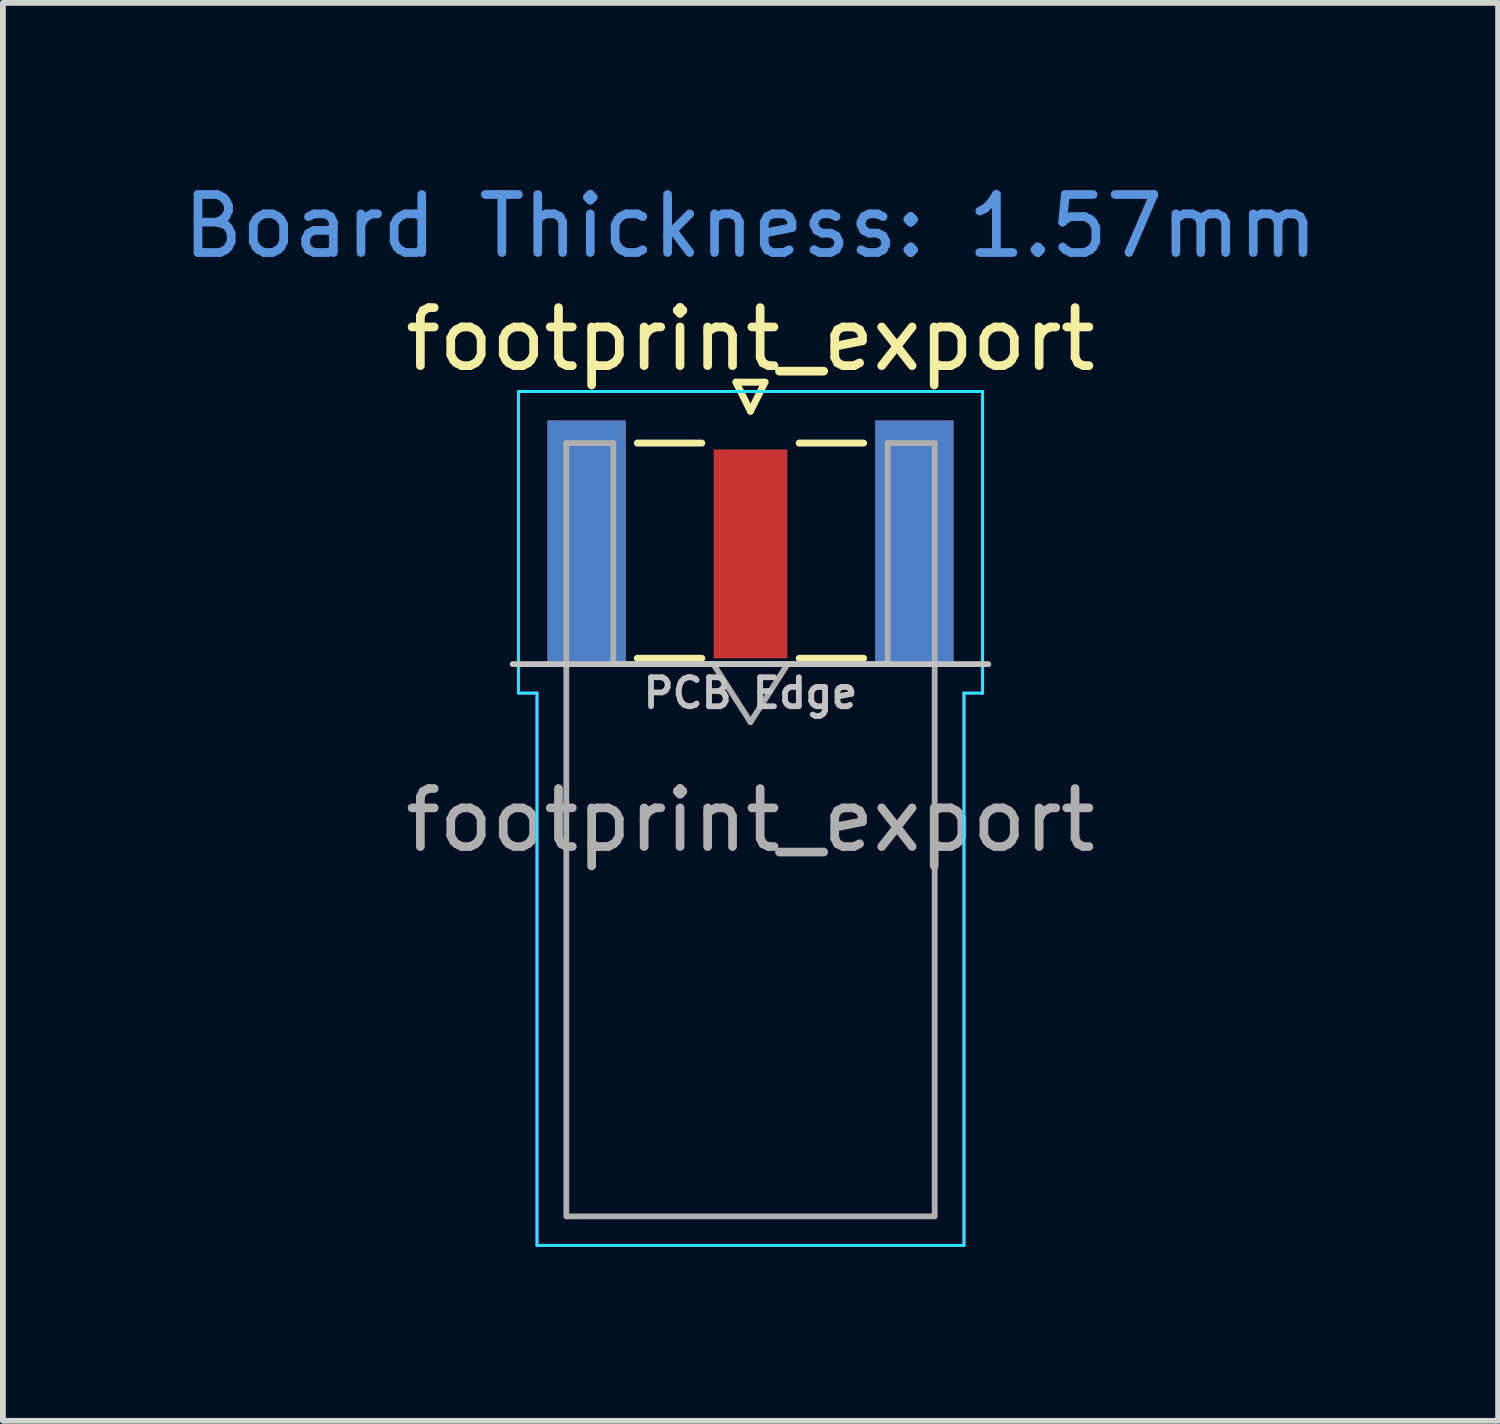
<source format=kicad_pcb>
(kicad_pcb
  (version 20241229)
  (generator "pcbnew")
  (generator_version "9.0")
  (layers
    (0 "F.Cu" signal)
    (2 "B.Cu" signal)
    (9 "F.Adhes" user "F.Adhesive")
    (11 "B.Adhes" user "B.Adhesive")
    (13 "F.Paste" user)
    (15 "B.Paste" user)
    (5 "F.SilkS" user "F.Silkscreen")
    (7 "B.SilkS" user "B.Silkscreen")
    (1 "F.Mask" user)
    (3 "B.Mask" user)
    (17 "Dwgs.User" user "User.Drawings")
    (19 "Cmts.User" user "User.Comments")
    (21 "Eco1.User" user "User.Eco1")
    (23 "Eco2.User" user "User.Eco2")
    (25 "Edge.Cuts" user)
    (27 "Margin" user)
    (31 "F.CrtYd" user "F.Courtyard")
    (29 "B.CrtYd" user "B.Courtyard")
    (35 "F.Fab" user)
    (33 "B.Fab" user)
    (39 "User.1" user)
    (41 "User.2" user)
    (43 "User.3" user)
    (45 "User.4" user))
  (footprint "footprint_export"
    (layer "F.Cu")
    (at 9.887 6.298)
    (property "Reference" "footprint_export" (at 0 -3.5 0) (layer "F.SilkS") (effects (font (size 1 1) (thickness 0.15))))
    (attr smd)
    (fp_line (start -1.95 -1.71) (end -0.84 -1.71) (stroke (width 0.12) (type solid)) (layer "F.SilkS"))
    (fp_line (start -1.95 2) (end -0.84 2) (stroke (width 0.12) (type solid)) (layer "F.SilkS"))
    (fp_line (start -0.25 -2.76) (end 0 -2.26) (stroke (width 0.12) (type solid)) (layer "F.SilkS"))
    (fp_line (start 0 -2.26) (end 0.25 -2.76) (stroke (width 0.12) (type solid)) (layer "F.SilkS"))
    (fp_line (start 0.25 -2.76) (end -0.25 -2.76) (stroke (width 0.12) (type solid)) (layer "F.SilkS"))
    (fp_line (start 0.84 -1.71) (end 1.95 -1.71) (stroke (width 0.12) (type solid)) (layer "F.SilkS"))
    (fp_line (start 0.84 2) (end 1.95 2) (stroke (width 0.12) (type solid)) (layer "F.SilkS"))
    (fp_line (start 4.1 2.1) (end -4.1 2.1) (stroke (width 0.1) (type solid)) (layer "Dwgs.User"))
    (fp_line (start -4 -2.6) (end 4 -2.6) (stroke (width 0.05) (type solid)) (layer "B.CrtYd"))
    (fp_line (start -4 2.6) (end -4 -2.6) (stroke (width 0.05) (type solid)) (layer "B.CrtYd"))
    (fp_line (start -3.68 2.6) (end -4 2.6) (stroke (width 0.05) (type solid)) (layer "B.CrtYd"))
    (fp_line (start -3.68 12.12) (end -3.68 2.6) (stroke (width 0.05) (type solid)) (layer "B.CrtYd"))
    (fp_line (start 3.68 2.6) (end 3.68 12.12) (stroke (width 0.05) (type solid)) (layer "B.CrtYd"))
    (fp_line (start 3.68 12.12) (end -3.68 12.12) (stroke (width 0.05) (type solid)) (layer "B.CrtYd"))
    (fp_line (start 4 2.6) (end 3.68 2.6) (stroke (width 0.05) (type solid)) (layer "B.CrtYd"))
    (fp_line (start 4 2.6) (end 4 -2.6) (stroke (width 0.05) (type solid)) (layer "B.CrtYd"))
    (fp_line (start -4 -2.6) (end 4 -2.6) (stroke (width 0.05) (type solid)) (layer "F.CrtYd"))
    (fp_line (start -4 2.6) (end -4 -2.6) (stroke (width 0.05) (type solid)) (layer "F.CrtYd"))
    (fp_line (start -3.68 2.6) (end -4 2.6) (stroke (width 0.05) (type solid)) (layer "F.CrtYd"))
    (fp_line (start -3.68 12.12) (end -3.68 2.6) (stroke (width 0.05) (type solid)) (layer "F.CrtYd"))
    (fp_line (start 3.68 2.6) (end 3.68 12.12) (stroke (width 0.05) (type solid)) (layer "F.CrtYd"))
    (fp_line (start 3.68 2.6) (end 4 2.6) (stroke (width 0.05) (type solid)) (layer "F.CrtYd"))
    (fp_line (start 3.68 12.12) (end -3.68 12.12) (stroke (width 0.05) (type solid)) (layer "F.CrtYd"))
    (fp_line (start 4 2.6) (end 4 -2.6) (stroke (width 0.05) (type solid)) (layer "F.CrtYd"))
    (fp_line (start -3.175 -1.71) (end -3.175 11.62) (stroke (width 0.1) (type solid)) (layer "F.Fab"))
    (fp_line (start -2.365 -1.71) (end -3.175 -1.71) (stroke (width 0.1) (type solid)) (layer "F.Fab"))
    (fp_line (start -2.365 2.1) (end -2.365 -1.71) (stroke (width 0.1) (type solid)) (layer "F.Fab"))
    (fp_line (start 0 3.1) (end -0.64 2.1) (stroke (width 0.1) (type solid)) (layer "F.Fab"))
    (fp_line (start 0.64 2.1) (end 0 3.1) (stroke (width 0.1) (type solid)) (layer "F.Fab"))
    (fp_line (start 2.365 -1.71) (end 2.365 2.1) (stroke (width 0.1) (type solid)) (layer "F.Fab"))
    (fp_line (start 2.365 2.1) (end -2.365 2.1) (stroke (width 0.1) (type solid)) (layer "F.Fab"))
    (fp_line (start 3.165 11.62) (end -3.165 11.62) (stroke (width 0.1) (type solid)) (layer "F.Fab"))
    (fp_line (start 3.175 -1.71) (end 2.365 -1.71) (stroke (width 0.1) (type solid)) (layer "F.Fab"))
    (fp_line (start 3.175 -1.71) (end 3.175 11.62) (stroke (width 0.1) (type solid)) (layer "F.Fab"))
    (fp_text user "PCB Edge" (at 0 2.6 0) (layer "Dwgs.User") (effects (font (size 0.5 0.5) (thickness 0.1))))
    (fp_text user "Board Thickness: 1.57mm" (at 0 -5.45 0) (layer "Cmts.User") (effects (font (size 1 1) (thickness 0.15))))
    (fp_text user "${REFERENCE}" (at 0 4.79 180) (layer "F.Fab") (effects (font (size 1 1) (thickness 0.15))))
    (pad "1" smd rect (at 0 0.2) (size 1.27 3.6) (layers "F.Cu" "F.Mask" "F.Paste"))
    (pad "2" smd rect (at -2.825 0) (size 1.35 4.2) (layers "F.Cu" "F.Mask" "F.Paste"))
    (pad "2" smd rect (at -2.825 0) (size 1.35 4.2) (layers "B.Cu" "B.Mask" "B.Paste"))
    (pad "2" smd rect (at 2.825 0) (size 1.35 4.2) (layers "F.Cu" "F.Mask" "F.Paste"))
    (pad "2" smd rect (at 2.825 0) (size 1.35 4.2) (layers "B.Cu" "B.Mask" "B.Paste")))
  (gr_rect
    (start -3 -3)
    (end 22.774 21.443)
    (stroke (width 0.1) (type default))
    (fill no)
    (layer "Edge.Cuts")))
</source>
